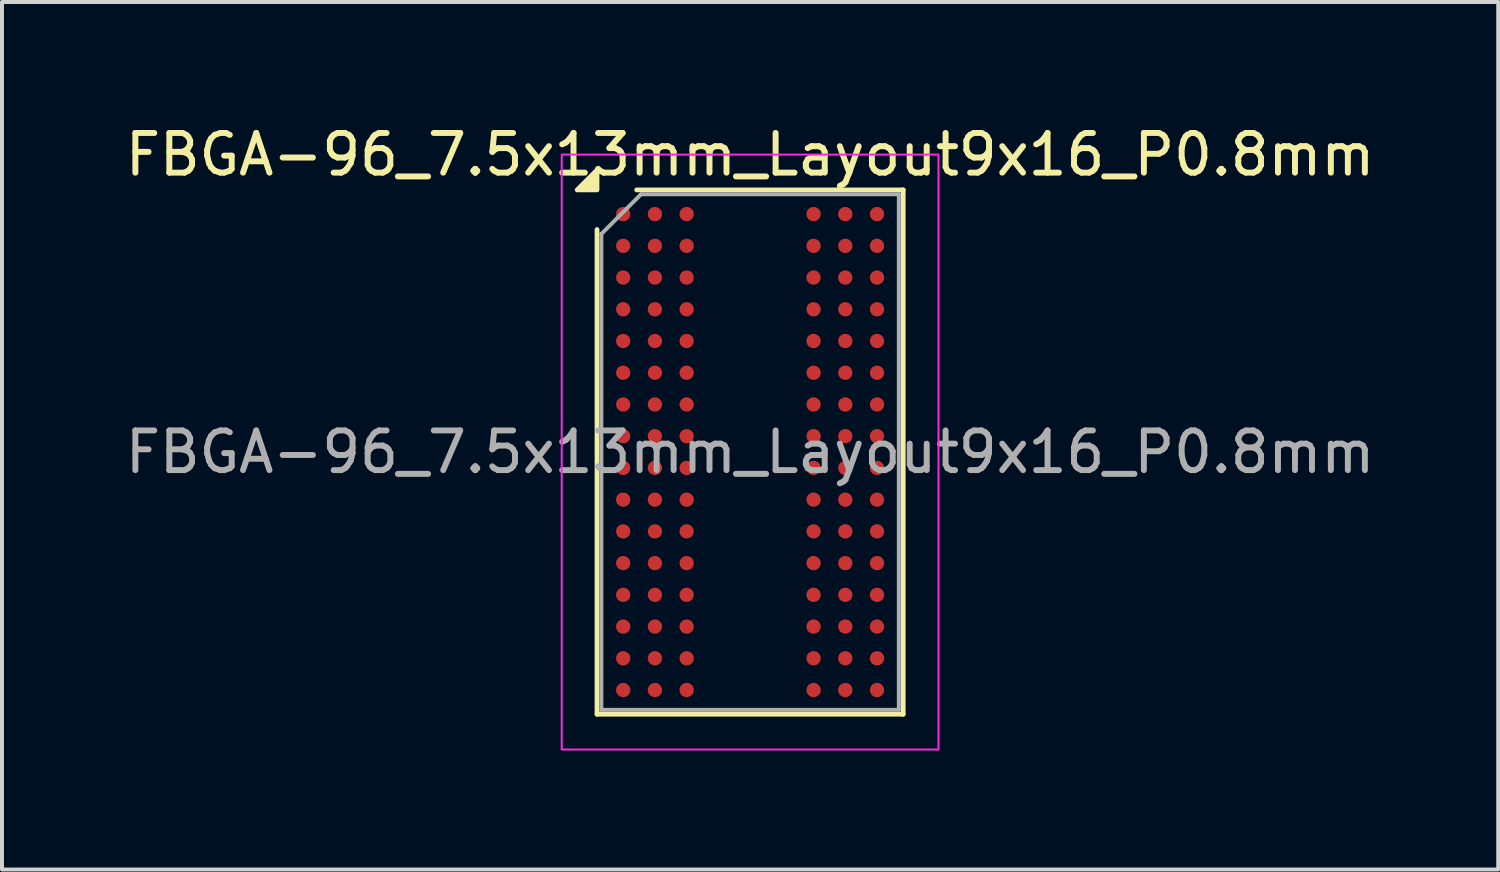
<source format=kicad_pcb>
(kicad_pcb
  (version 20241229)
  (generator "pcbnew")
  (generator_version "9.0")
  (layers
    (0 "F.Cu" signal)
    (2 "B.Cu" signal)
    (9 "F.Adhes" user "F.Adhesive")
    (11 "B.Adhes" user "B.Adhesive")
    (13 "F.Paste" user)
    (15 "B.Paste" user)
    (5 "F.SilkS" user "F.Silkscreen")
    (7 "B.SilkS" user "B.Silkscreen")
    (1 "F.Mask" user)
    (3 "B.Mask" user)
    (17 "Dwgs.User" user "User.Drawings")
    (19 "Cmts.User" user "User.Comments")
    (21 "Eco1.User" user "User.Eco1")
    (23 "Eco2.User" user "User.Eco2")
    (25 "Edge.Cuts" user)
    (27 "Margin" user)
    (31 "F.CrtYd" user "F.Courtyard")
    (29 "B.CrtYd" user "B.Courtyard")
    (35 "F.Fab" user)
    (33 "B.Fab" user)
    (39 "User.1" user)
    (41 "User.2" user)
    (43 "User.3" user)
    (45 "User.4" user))
  (footprint "FBGA-96_7.5x13mm_Layout9x16_P0.8mm"
    (layer "F.Cu")
    (at 15.863 8.348)
    (property "Reference" "FBGA-96_7.5x13mm_Layout9x16_P0.8mm" (at 0 -7.5 0) (layer "F.SilkS") (effects (font (size 1 1) (thickness 0.15))))
    (attr smd)
    (fp_line (start -3.86 6.61) (end -3.86 -5.61) (stroke (width 0.12) (type solid)) (layer "F.SilkS"))
    (fp_line (start -2.86 -6.61) (end 3.86 -6.61) (stroke (width 0.12) (type solid)) (layer "F.SilkS"))
    (fp_line (start 3.86 -6.61) (end 3.86 6.61) (stroke (width 0.12) (type solid)) (layer "F.SilkS"))
    (fp_line (start 3.86 6.61) (end -3.86 6.61) (stroke (width 0.12) (type solid)) (layer "F.SilkS"))
    (fp_poly (pts (xy -3.86 -6.61) (xy -4.36 -6.61) (xy -3.86 -7.11)) (stroke (width 0.12) (type solid)) (fill yes) (layer "F.SilkS"))
    (fp_rect (start -4.75 -7.5) (end 4.75 7.5) (stroke (width 0.05) (type solid)) (fill no) (layer "F.CrtYd"))
    (fp_line (start -3.75 -5.5) (end -2.75 -6.5) (stroke (width 0.1) (type solid)) (layer "F.Fab"))
    (fp_line (start -3.75 6.5) (end -3.75 -5.5) (stroke (width 0.1) (type solid)) (layer "F.Fab"))
    (fp_line (start -2.75 -6.5) (end 3.75 -6.5) (stroke (width 0.1) (type solid)) (layer "F.Fab"))
    (fp_line (start 3.75 -6.5) (end 3.75 6.5) (stroke (width 0.1) (type solid)) (layer "F.Fab"))
    (fp_line (start 3.75 6.5) (end -3.75 6.5) (stroke (width 0.1) (type solid)) (layer "F.Fab"))
    (fp_text user "${REFERENCE}" (at 0 0 0) (layer "F.Fab") (effects (font (size 1 1) (thickness 0.15))))
    (pad "A1" smd circle (at -3.2 -6) (size 0.36 0.36) (property pad_prop_bga) (layers "F.Cu" "F.Mask" "F.Paste"))
    (pad "A2" smd circle (at -2.4 -6) (size 0.36 0.36) (property pad_prop_bga) (layers "F.Cu" "F.Mask" "F.Paste"))
    (pad "A3" smd circle (at -1.6 -6) (size 0.36 0.36) (property pad_prop_bga) (layers "F.Cu" "F.Mask" "F.Paste"))
    (pad "A7" smd circle (at 1.6 -6) (size 0.36 0.36) (property pad_prop_bga) (layers "F.Cu" "F.Mask" "F.Paste"))
    (pad "A8" smd circle (at 2.4 -6) (size 0.36 0.36) (property pad_prop_bga) (layers "F.Cu" "F.Mask" "F.Paste"))
    (pad "A9" smd circle (at 3.2 -6) (size 0.36 0.36) (property pad_prop_bga) (layers "F.Cu" "F.Mask" "F.Paste"))
    (pad "B1" smd circle (at -3.2 -5.2) (size 0.36 0.36) (property pad_prop_bga) (layers "F.Cu" "F.Mask" "F.Paste"))
    (pad "B2" smd circle (at -2.4 -5.2) (size 0.36 0.36) (property pad_prop_bga) (layers "F.Cu" "F.Mask" "F.Paste"))
    (pad "B3" smd circle (at -1.6 -5.2) (size 0.36 0.36) (property pad_prop_bga) (layers "F.Cu" "F.Mask" "F.Paste"))
    (pad "B7" smd circle (at 1.6 -5.2) (size 0.36 0.36) (property pad_prop_bga) (layers "F.Cu" "F.Mask" "F.Paste"))
    (pad "B8" smd circle (at 2.4 -5.2) (size 0.36 0.36) (property pad_prop_bga) (layers "F.Cu" "F.Mask" "F.Paste"))
    (pad "B9" smd circle (at 3.2 -5.2) (size 0.36 0.36) (property pad_prop_bga) (layers "F.Cu" "F.Mask" "F.Paste"))
    (pad "C1" smd circle (at -3.2 -4.4) (size 0.36 0.36) (property pad_prop_bga) (layers "F.Cu" "F.Mask" "F.Paste"))
    (pad "C2" smd circle (at -2.4 -4.4) (size 0.36 0.36) (property pad_prop_bga) (layers "F.Cu" "F.Mask" "F.Paste"))
    (pad "C3" smd circle (at -1.6 -4.4) (size 0.36 0.36) (property pad_prop_bga) (layers "F.Cu" "F.Mask" "F.Paste"))
    (pad "C7" smd circle (at 1.6 -4.4) (size 0.36 0.36) (property pad_prop_bga) (layers "F.Cu" "F.Mask" "F.Paste"))
    (pad "C8" smd circle (at 2.4 -4.4) (size 0.36 0.36) (property pad_prop_bga) (layers "F.Cu" "F.Mask" "F.Paste"))
    (pad "C9" smd circle (at 3.2 -4.4) (size 0.36 0.36) (property pad_prop_bga) (layers "F.Cu" "F.Mask" "F.Paste"))
    (pad "D1" smd circle (at -3.2 -3.6) (size 0.36 0.36) (property pad_prop_bga) (layers "F.Cu" "F.Mask" "F.Paste"))
    (pad "D2" smd circle (at -2.4 -3.6) (size 0.36 0.36) (property pad_prop_bga) (layers "F.Cu" "F.Mask" "F.Paste"))
    (pad "D3" smd circle (at -1.6 -3.6) (size 0.36 0.36) (property pad_prop_bga) (layers "F.Cu" "F.Mask" "F.Paste"))
    (pad "D7" smd circle (at 1.6 -3.6) (size 0.36 0.36) (property pad_prop_bga) (layers "F.Cu" "F.Mask" "F.Paste"))
    (pad "D8" smd circle (at 2.4 -3.6) (size 0.36 0.36) (property pad_prop_bga) (layers "F.Cu" "F.Mask" "F.Paste"))
    (pad "D9" smd circle (at 3.2 -3.6) (size 0.36 0.36) (property pad_prop_bga) (layers "F.Cu" "F.Mask" "F.Paste"))
    (pad "E1" smd circle (at -3.2 -2.8) (size 0.36 0.36) (property pad_prop_bga) (layers "F.Cu" "F.Mask" "F.Paste"))
    (pad "E2" smd circle (at -2.4 -2.8) (size 0.36 0.36) (property pad_prop_bga) (layers "F.Cu" "F.Mask" "F.Paste"))
    (pad "E3" smd circle (at -1.6 -2.8) (size 0.36 0.36) (property pad_prop_bga) (layers "F.Cu" "F.Mask" "F.Paste"))
    (pad "E7" smd circle (at 1.6 -2.8) (size 0.36 0.36) (property pad_prop_bga) (layers "F.Cu" "F.Mask" "F.Paste"))
    (pad "E8" smd circle (at 2.4 -2.8) (size 0.36 0.36) (property pad_prop_bga) (layers "F.Cu" "F.Mask" "F.Paste"))
    (pad "E9" smd circle (at 3.2 -2.8) (size 0.36 0.36) (property pad_prop_bga) (layers "F.Cu" "F.Mask" "F.Paste"))
    (pad "F1" smd circle (at -3.2 -2) (size 0.36 0.36) (property pad_prop_bga) (layers "F.Cu" "F.Mask" "F.Paste"))
    (pad "F2" smd circle (at -2.4 -2) (size 0.36 0.36) (property pad_prop_bga) (layers "F.Cu" "F.Mask" "F.Paste"))
    (pad "F3" smd circle (at -1.6 -2) (size 0.36 0.36) (property pad_prop_bga) (layers "F.Cu" "F.Mask" "F.Paste"))
    (pad "F7" smd circle (at 1.6 -2) (size 0.36 0.36) (property pad_prop_bga) (layers "F.Cu" "F.Mask" "F.Paste"))
    (pad "F8" smd circle (at 2.4 -2) (size 0.36 0.36) (property pad_prop_bga) (layers "F.Cu" "F.Mask" "F.Paste"))
    (pad "F9" smd circle (at 3.2 -2) (size 0.36 0.36) (property pad_prop_bga) (layers "F.Cu" "F.Mask" "F.Paste"))
    (pad "G1" smd circle (at -3.2 -1.2) (size 0.36 0.36) (property pad_prop_bga) (layers "F.Cu" "F.Mask" "F.Paste"))
    (pad "G2" smd circle (at -2.4 -1.2) (size 0.36 0.36) (property pad_prop_bga) (layers "F.Cu" "F.Mask" "F.Paste"))
    (pad "G3" smd circle (at -1.6 -1.2) (size 0.36 0.36) (property pad_prop_bga) (layers "F.Cu" "F.Mask" "F.Paste"))
    (pad "G7" smd circle (at 1.6 -1.2) (size 0.36 0.36) (property pad_prop_bga) (layers "F.Cu" "F.Mask" "F.Paste"))
    (pad "G8" smd circle (at 2.4 -1.2) (size 0.36 0.36) (property pad_prop_bga) (layers "F.Cu" "F.Mask" "F.Paste"))
    (pad "G9" smd circle (at 3.2 -1.2) (size 0.36 0.36) (property pad_prop_bga) (layers "F.Cu" "F.Mask" "F.Paste"))
    (pad "H1" smd circle (at -3.2 -0.4) (size 0.36 0.36) (property pad_prop_bga) (layers "F.Cu" "F.Mask" "F.Paste"))
    (pad "H2" smd circle (at -2.4 -0.4) (size 0.36 0.36) (property pad_prop_bga) (layers "F.Cu" "F.Mask" "F.Paste"))
    (pad "H3" smd circle (at -1.6 -0.4) (size 0.36 0.36) (property pad_prop_bga) (layers "F.Cu" "F.Mask" "F.Paste"))
    (pad "H7" smd circle (at 1.6 -0.4) (size 0.36 0.36) (property pad_prop_bga) (layers "F.Cu" "F.Mask" "F.Paste"))
    (pad "H8" smd circle (at 2.4 -0.4) (size 0.36 0.36) (property pad_prop_bga) (layers "F.Cu" "F.Mask" "F.Paste"))
    (pad "H9" smd circle (at 3.2 -0.4) (size 0.36 0.36) (property pad_prop_bga) (layers "F.Cu" "F.Mask" "F.Paste"))
    (pad "J1" smd circle (at -3.2 0.4) (size 0.36 0.36) (property pad_prop_bga) (layers "F.Cu" "F.Mask" "F.Paste"))
    (pad "J2" smd circle (at -2.4 0.4) (size 0.36 0.36) (property pad_prop_bga) (layers "F.Cu" "F.Mask" "F.Paste"))
    (pad "J3" smd circle (at -1.6 0.4) (size 0.36 0.36) (property pad_prop_bga) (layers "F.Cu" "F.Mask" "F.Paste"))
    (pad "J7" smd circle (at 1.6 0.4) (size 0.36 0.36) (property pad_prop_bga) (layers "F.Cu" "F.Mask" "F.Paste"))
    (pad "J8" smd circle (at 2.4 0.4) (size 0.36 0.36) (property pad_prop_bga) (layers "F.Cu" "F.Mask" "F.Paste"))
    (pad "J9" smd circle (at 3.2 0.4) (size 0.36 0.36) (property pad_prop_bga) (layers "F.Cu" "F.Mask" "F.Paste"))
    (pad "K1" smd circle (at -3.2 1.2) (size 0.36 0.36) (property pad_prop_bga) (layers "F.Cu" "F.Mask" "F.Paste"))
    (pad "K2" smd circle (at -2.4 1.2) (size 0.36 0.36) (property pad_prop_bga) (layers "F.Cu" "F.Mask" "F.Paste"))
    (pad "K3" smd circle (at -1.6 1.2) (size 0.36 0.36) (property pad_prop_bga) (layers "F.Cu" "F.Mask" "F.Paste"))
    (pad "K7" smd circle (at 1.6 1.2) (size 0.36 0.36) (property pad_prop_bga) (layers "F.Cu" "F.Mask" "F.Paste"))
    (pad "K8" smd circle (at 2.4 1.2) (size 0.36 0.36) (property pad_prop_bga) (layers "F.Cu" "F.Mask" "F.Paste"))
    (pad "K9" smd circle (at 3.2 1.2) (size 0.36 0.36) (property pad_prop_bga) (layers "F.Cu" "F.Mask" "F.Paste"))
    (pad "L1" smd circle (at -3.2 2) (size 0.36 0.36) (property pad_prop_bga) (layers "F.Cu" "F.Mask" "F.Paste"))
    (pad "L2" smd circle (at -2.4 2) (size 0.36 0.36) (property pad_prop_bga) (layers "F.Cu" "F.Mask" "F.Paste"))
    (pad "L3" smd circle (at -1.6 2) (size 0.36 0.36) (property pad_prop_bga) (layers "F.Cu" "F.Mask" "F.Paste"))
    (pad "L7" smd circle (at 1.6 2) (size 0.36 0.36) (property pad_prop_bga) (layers "F.Cu" "F.Mask" "F.Paste"))
    (pad "L8" smd circle (at 2.4 2) (size 0.36 0.36) (property pad_prop_bga) (layers "F.Cu" "F.Mask" "F.Paste"))
    (pad "L9" smd circle (at 3.2 2) (size 0.36 0.36) (property pad_prop_bga) (layers "F.Cu" "F.Mask" "F.Paste"))
    (pad "M1" smd circle (at -3.2 2.8) (size 0.36 0.36) (property pad_prop_bga) (layers "F.Cu" "F.Mask" "F.Paste"))
    (pad "M2" smd circle (at -2.4 2.8) (size 0.36 0.36) (property pad_prop_bga) (layers "F.Cu" "F.Mask" "F.Paste"))
    (pad "M3" smd circle (at -1.6 2.8) (size 0.36 0.36) (property pad_prop_bga) (layers "F.Cu" "F.Mask" "F.Paste"))
    (pad "M7" smd circle (at 1.6 2.8) (size 0.36 0.36) (property pad_prop_bga) (layers "F.Cu" "F.Mask" "F.Paste"))
    (pad "M8" smd circle (at 2.4 2.8) (size 0.36 0.36) (property pad_prop_bga) (layers "F.Cu" "F.Mask" "F.Paste"))
    (pad "M9" smd circle (at 3.2 2.8) (size 0.36 0.36) (property pad_prop_bga) (layers "F.Cu" "F.Mask" "F.Paste"))
    (pad "N1" smd circle (at -3.2 3.6) (size 0.36 0.36) (property pad_prop_bga) (layers "F.Cu" "F.Mask" "F.Paste"))
    (pad "N2" smd circle (at -2.4 3.6) (size 0.36 0.36) (property pad_prop_bga) (layers "F.Cu" "F.Mask" "F.Paste"))
    (pad "N3" smd circle (at -1.6 3.6) (size 0.36 0.36) (property pad_prop_bga) (layers "F.Cu" "F.Mask" "F.Paste"))
    (pad "N7" smd circle (at 1.6 3.6) (size 0.36 0.36) (property pad_prop_bga) (layers "F.Cu" "F.Mask" "F.Paste"))
    (pad "N8" smd circle (at 2.4 3.6) (size 0.36 0.36) (property pad_prop_bga) (layers "F.Cu" "F.Mask" "F.Paste"))
    (pad "N9" smd circle (at 3.2 3.6) (size 0.36 0.36) (property pad_prop_bga) (layers "F.Cu" "F.Mask" "F.Paste"))
    (pad "P1" smd circle (at -3.2 4.4) (size 0.36 0.36) (property pad_prop_bga) (layers "F.Cu" "F.Mask" "F.Paste"))
    (pad "P2" smd circle (at -2.4 4.4) (size 0.36 0.36) (property pad_prop_bga) (layers "F.Cu" "F.Mask" "F.Paste"))
    (pad "P3" smd circle (at -1.6 4.4) (size 0.36 0.36) (property pad_prop_bga) (layers "F.Cu" "F.Mask" "F.Paste"))
    (pad "P7" smd circle (at 1.6 4.4) (size 0.36 0.36) (property pad_prop_bga) (layers "F.Cu" "F.Mask" "F.Paste"))
    (pad "P8" smd circle (at 2.4 4.4) (size 0.36 0.36) (property pad_prop_bga) (layers "F.Cu" "F.Mask" "F.Paste"))
    (pad "P9" smd circle (at 3.2 4.4) (size 0.36 0.36) (property pad_prop_bga) (layers "F.Cu" "F.Mask" "F.Paste"))
    (pad "R1" smd circle (at -3.2 5.2) (size 0.36 0.36) (property pad_prop_bga) (layers "F.Cu" "F.Mask" "F.Paste"))
    (pad "R2" smd circle (at -2.4 5.2) (size 0.36 0.36) (property pad_prop_bga) (layers "F.Cu" "F.Mask" "F.Paste"))
    (pad "R3" smd circle (at -1.6 5.2) (size 0.36 0.36) (property pad_prop_bga) (layers "F.Cu" "F.Mask" "F.Paste"))
    (pad "R7" smd circle (at 1.6 5.2) (size 0.36 0.36) (property pad_prop_bga) (layers "F.Cu" "F.Mask" "F.Paste"))
    (pad "R8" smd circle (at 2.4 5.2) (size 0.36 0.36) (property pad_prop_bga) (layers "F.Cu" "F.Mask" "F.Paste"))
    (pad "R9" smd circle (at 3.2 5.2) (size 0.36 0.36) (property pad_prop_bga) (layers "F.Cu" "F.Mask" "F.Paste"))
    (pad "T1" smd circle (at -3.2 6) (size 0.36 0.36) (property pad_prop_bga) (layers "F.Cu" "F.Mask" "F.Paste"))
    (pad "T2" smd circle (at -2.4 6) (size 0.36 0.36) (property pad_prop_bga) (layers "F.Cu" "F.Mask" "F.Paste"))
    (pad "T3" smd circle (at -1.6 6) (size 0.36 0.36) (property pad_prop_bga) (layers "F.Cu" "F.Mask" "F.Paste"))
    (pad "T7" smd circle (at 1.6 6) (size 0.36 0.36) (property pad_prop_bga) (layers "F.Cu" "F.Mask" "F.Paste"))
    (pad "T8" smd circle (at 2.4 6) (size 0.36 0.36) (property pad_prop_bga) (layers "F.Cu" "F.Mask" "F.Paste"))
    (pad "T9" smd circle (at 3.2 6) (size 0.36 0.36) (property pad_prop_bga) (layers "F.Cu" "F.Mask" "F.Paste")))
  (gr_rect
    (start -3 -3)
    (end 34.726 18.873)
    (stroke (width 0.1) (type default))
    (fill no)
    (layer "Edge.Cuts")))
</source>
